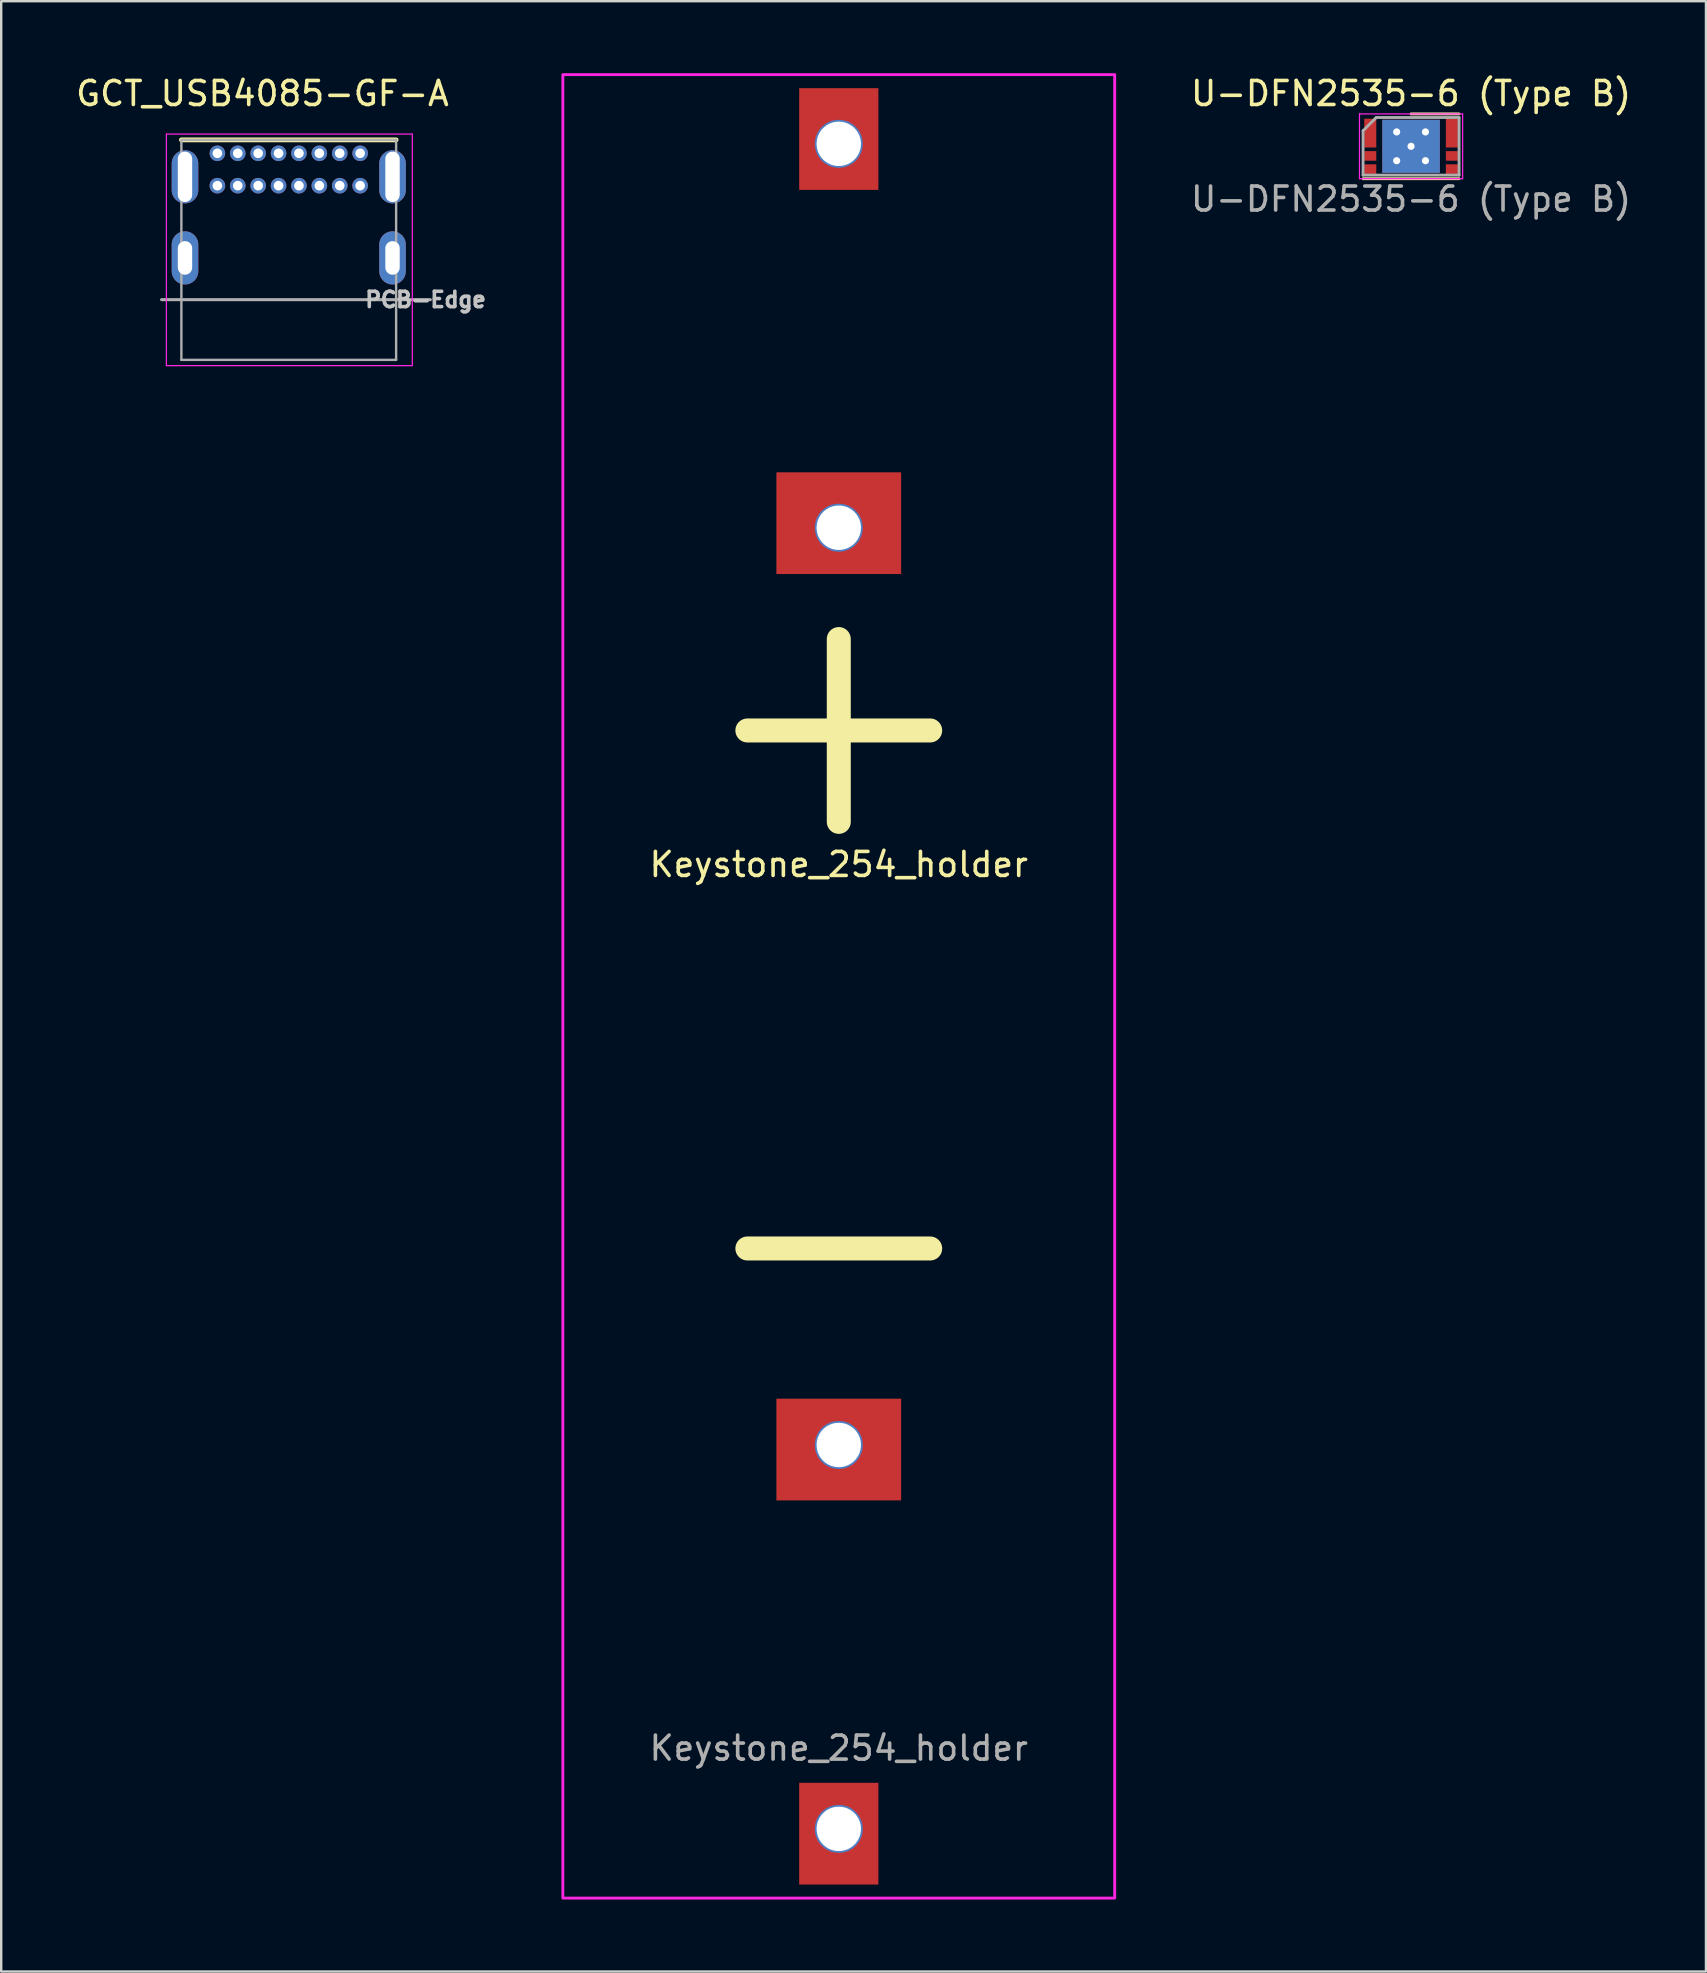
<source format=kicad_pcb>
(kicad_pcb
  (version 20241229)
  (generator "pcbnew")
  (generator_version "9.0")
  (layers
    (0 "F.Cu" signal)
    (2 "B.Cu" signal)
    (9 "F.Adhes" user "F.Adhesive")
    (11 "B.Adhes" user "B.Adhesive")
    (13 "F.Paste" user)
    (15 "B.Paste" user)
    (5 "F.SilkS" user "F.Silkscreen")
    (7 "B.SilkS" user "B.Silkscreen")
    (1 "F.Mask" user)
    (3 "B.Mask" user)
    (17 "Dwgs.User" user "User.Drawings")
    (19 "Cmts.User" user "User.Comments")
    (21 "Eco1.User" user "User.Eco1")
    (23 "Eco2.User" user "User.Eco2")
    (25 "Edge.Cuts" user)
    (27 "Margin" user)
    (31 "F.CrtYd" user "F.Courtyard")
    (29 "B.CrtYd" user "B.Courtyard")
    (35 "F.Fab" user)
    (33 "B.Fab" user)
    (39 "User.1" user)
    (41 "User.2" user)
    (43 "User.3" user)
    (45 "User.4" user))
  (footprint "Keystone_254_holder"
    (layer "F.Cu")
    (at 31.909 38.06)
    (property "Reference" "Keystone_254_holder" (at 0 -5.08 0) (unlocked yes) (layer "F.SilkS") (effects (font (size 1 1) (thickness 0.15))))
    (fp_rect (start 11.5 -38) (end -11.5 38) (stroke (width 0.12) (type solid)) (fill no) (layer "F.CrtYd"))
    (fp_text user "-" (at 0 10.16 0) (unlocked yes) (layer "F.SilkS") (effects (font (size 10 10) (thickness 1))))
    (fp_text user "+" (at 0 -11.43 0) (unlocked yes) (layer "F.SilkS") (effects (font (size 10 10) (thickness 1))))
    (fp_text user "${REFERENCE}" (at 0 31.75 0) (unlocked yes) (layer "F.Fab") (effects (font (size 1 1) (thickness 0.15))))
    (pad "1" smd rect (at 0 -35.315 270) (size 4.24 3.3) (layers "F.Cu" "F.Mask" "F.Paste"))
    (pad "1" thru_hole circle (at 0 -35.115 270) (size 2 2) (drill 1.85) (layers "*.Cu" "*.Mask"))
    (pad "1" smd rect (at 0 -19.305 270) (size 4.24 5.2) (layers "F.Cu" "F.Mask" "F.Paste"))
    (pad "1" thru_hole circle (at 0 -19.115 270) (size 2 2) (drill 1.85) (layers "*.Cu" "*.Mask"))
    (pad "2" thru_hole circle (at 0 19.115 270) (size 2 2) (drill 1.85) (layers "*.Cu" "*.Mask"))
    (pad "2" smd rect (at 0 19.305 270) (size 4.24 5.2) (layers "F.Cu" "F.Mask" "F.Paste"))
    (pad "2" thru_hole circle (at 0 35.115 270) (size 2 2) (drill 1.85) (layers "*.Cu" "*.Mask"))
    (pad "2" smd rect (at 0 35.315 270) (size 4.24 3.3) (layers "F.Cu" "F.Mask" "F.Paste")))
  (footprint "U-DFN2535-6 (Type B)"
    (layer "F.Cu")
    (at 55.761 3.048)
    (property "Reference" "U-DFN2535-6 (Type B)" (at 0 -2.2 0) (unlocked yes) (layer "F.SilkS") (effects (font (size 1 1) (thickness 0.15))))
    (attr smd)
    (fp_line (start -2 1.35) (end 2 1.35) (stroke (width 0.12) (type solid)) (layer "F.SilkS"))
    (fp_line (start 0 -1.35) (end 2 -1.35) (stroke (width 0.12) (type solid)) (layer "F.SilkS"))
    (fp_line (start -2.15 -1.35) (end -2.15 1.35) (stroke (width 0.05) (type solid)) (layer "F.CrtYd"))
    (fp_line (start -2.15 -1.35) (end 2.15 -1.35) (stroke (width 0.05) (type solid)) (layer "F.CrtYd"))
    (fp_line (start 2.15 1.35) (end -2.15 1.35) (stroke (width 0.05) (type solid)) (layer "F.CrtYd"))
    (fp_line (start 2.15 1.35) (end 2.15 -1.35) (stroke (width 0.05) (type solid)) (layer "F.CrtYd"))
    (fp_line (start -2 -0.65) (end -2 1.2) (stroke (width 0.12) (type solid)) (layer "F.Fab"))
    (fp_line (start -2 1.2) (end 2 1.2) (stroke (width 0.12) (type solid)) (layer "F.Fab"))
    (fp_line (start -1.45 -1.2) (end -2 -0.65) (stroke (width 0.12) (type solid)) (layer "F.Fab"))
    (fp_line (start 2 -1.2) (end -1.45 -1.2) (stroke (width 0.12) (type solid)) (layer "F.Fab"))
    (fp_line (start 2 1.2) (end 2 -1.2) (stroke (width 0.12) (type solid)) (layer "F.Fab"))
    (fp_text user "${REFERENCE}" (at 0 2.2 0) (unlocked yes) (layer "F.Fab") (effects (font (size 1 1) (thickness 0.15))))
    (pad "1" smd rect (at -1.7 -0.55 270) (size 1.2 0.5) (layers "F.Cu" "F.Mask" "F.Paste"))
    (pad "2" smd rect (at -1.7 0.4 270) (size 0.4 0.5) (layers "F.Cu" "F.Mask" "F.Paste"))
    (pad "3" smd rect (at -1.7 0.95 270) (size 0.4 0.5) (layers "F.Cu" "F.Mask" "F.Paste"))
    (pad "4" smd rect (at 1.7 0.95 270) (size 0.4 0.5) (layers "F.Cu" "F.Mask" "F.Paste"))
    (pad "5" smd rect (at 1.7 0.4 270) (size 0.4 0.5) (layers "F.Cu" "F.Mask" "F.Paste"))
    (pad "6" smd rect (at 1.7 -0.55 270) (size 1.2 0.5) (layers "F.Cu" "F.Mask" "F.Paste"))
    (pad "7" thru_hole circle (at -0.6 -0.6) (size 0.6 0.6) (drill 0.3) (layers "*.Cu" "*.Mask"))
    (pad "7" thru_hole circle (at -0.6 0.6) (size 0.6 0.6) (drill 0.3) (layers "*.Cu" "*.Mask"))
    (pad "7" thru_hole circle (at 0 0) (size 0.6 0.6) (drill 0.3) (layers "*.Cu" "*.Mask"))
    (pad "7" smd rect (at 0 0 270) (size 2.21 2.4) (layers "F.Cu" "F.Mask" "F.Paste"))
    (pad "7" smd rect (at 0 0 270) (size 2.21 2.4) (layers "B.Cu"))
    (pad "7" thru_hole circle (at 0.6 -0.6) (size 0.6 0.6) (drill 0.3) (layers "*.Cu" "*.Mask"))
    (pad "7" thru_hole circle (at 0.6 0.6) (size 0.6 0.6) (drill 0.3) (layers "*.Cu" "*.Mask")))
  (footprint "GCT_USB4085-GF-A"
    (layer "F.Cu")
    (at 8.985 7.364)
    (property "Reference" "GCT_USB4085-GF-A" (at -1.097 -6.515 0) (layer "F.SilkS") (effects (font (size 1 1) (thickness 0.15))))
    (fp_line (start -4.475 -4.585) (end 4.475 -4.585) (stroke (width 0.2) (type solid)) (layer "F.SilkS"))
    (fp_line (start -5.1 -4.825) (end 5.15 -4.825) (stroke (width 0.05) (type solid)) (layer "F.CrtYd"))
    (fp_line (start -5.1 4.825) (end -5.1 -4.825) (stroke (width 0.05) (type solid)) (layer "F.CrtYd"))
    (fp_line (start 5.15 -4.825) (end 5.15 4.825) (stroke (width 0.05) (type solid)) (layer "F.CrtYd"))
    (fp_line (start 5.15 4.825) (end -5.1 4.825) (stroke (width 0.05) (type solid)) (layer "F.CrtYd"))
    (fp_line (start -5.3 2.075) (end 5.9 2.075) (stroke (width 0.127) (type solid)) (layer "F.Fab"))
    (fp_line (start -4.475 -4.585) (end 4.475 -4.585) (stroke (width 0.1) (type solid)) (layer "F.Fab"))
    (fp_line (start -4.475 4.585) (end -4.475 -4.585) (stroke (width 0.1) (type solid)) (layer "F.Fab"))
    (fp_line (start 4.475 -4.585) (end 4.475 4.585) (stroke (width 0.1) (type solid)) (layer "F.Fab"))
    (fp_line (start 4.475 4.585) (end -4.475 4.585) (stroke (width 0.1) (type solid)) (layer "F.Fab"))
    (fp_text user "PCB-Edge" (at 5.703 2.076 0) (layer "Dwgs.User") (effects (font (size 0.64 0.64) (thickness 0.15))))
    (pad "A1" thru_hole circle (at -2.975 -4.025) (size 0.65 0.65) (drill 0.4) (layers "*.Cu" "*.Mask"))
    (pad "A4" thru_hole circle (at -2.125 -4.025) (size 0.65 0.65) (drill 0.4) (layers "*.Cu" "*.Mask"))
    (pad "A5" thru_hole circle (at -1.275 -4.025) (size 0.65 0.65) (drill 0.4) (layers "*.Cu" "*.Mask"))
    (pad "A6" thru_hole circle (at -0.425 -4.025) (size 0.65 0.65) (drill 0.4) (layers "*.Cu" "*.Mask"))
    (pad "A7" thru_hole circle (at 0.425 -4.025) (size 0.65 0.65) (drill 0.4) (layers "*.Cu" "*.Mask"))
    (pad "A8" thru_hole circle (at 1.275 -4.025) (size 0.65 0.65) (drill 0.4) (layers "*.Cu" "*.Mask"))
    (pad "A9" thru_hole circle (at 2.125 -4.025) (size 0.65 0.65) (drill 0.4) (layers "*.Cu" "*.Mask"))
    (pad "A12" thru_hole circle (at 2.975 -4.025) (size 0.65 0.65) (drill 0.4) (layers "*.Cu" "*.Mask"))
    (pad "B1" thru_hole circle (at 2.975 -2.675) (size 0.65 0.65) (drill 0.4) (layers "*.Cu" "*.Mask"))
    (pad "B4" thru_hole circle (at 2.125 -2.675) (size 0.65 0.65) (drill 0.4) (layers "*.Cu" "*.Mask"))
    (pad "B5" thru_hole circle (at 1.275 -2.675) (size 0.65 0.65) (drill 0.4) (layers "*.Cu" "*.Mask"))
    (pad "B6" thru_hole circle (at 0.425 -2.675) (size 0.65 0.65) (drill 0.4) (layers "*.Cu" "*.Mask"))
    (pad "B7" thru_hole circle (at -0.425 -2.675) (size 0.65 0.65) (drill 0.4) (layers "*.Cu" "*.Mask"))
    (pad "B8" thru_hole circle (at -1.275 -2.675) (size 0.65 0.65) (drill 0.4) (layers "*.Cu" "*.Mask"))
    (pad "B9" thru_hole circle (at -2.125 -2.675) (size 0.65 0.65) (drill 0.4) (layers "*.Cu" "*.Mask"))
    (pad "B12" thru_hole circle (at -2.975 -2.675) (size 0.65 0.65) (drill 0.4) (layers "*.Cu" "*.Mask"))
    (pad "S1" thru_hole oval (at -4.325 -3.045) (size 1.108 2.216) (drill oval 0.6 2.1) (layers "*.Cu" "*.Mask"))
    (pad "S1" thru_hole oval (at -4.325 0.335) (size 1.108 2.216) (drill oval 0.6 1.4) (layers "*.Cu" "*.Mask"))
    (pad "S1" thru_hole oval (at 4.325 -3.045) (size 1.108 2.216) (drill oval 0.6 2.1) (layers "*.Cu" "*.Mask"))
    (pad "S1" thru_hole oval (at 4.325 0.335) (size 1.108 2.216) (drill oval 0.6 1.4) (layers "*.Cu" "*.Mask")))
  (gr_rect
    (start -3 -3)
    (end 68.052 79.12)
    (stroke (width 0.1) (type default))
    (fill no)
    (layer "Edge.Cuts")))
</source>
